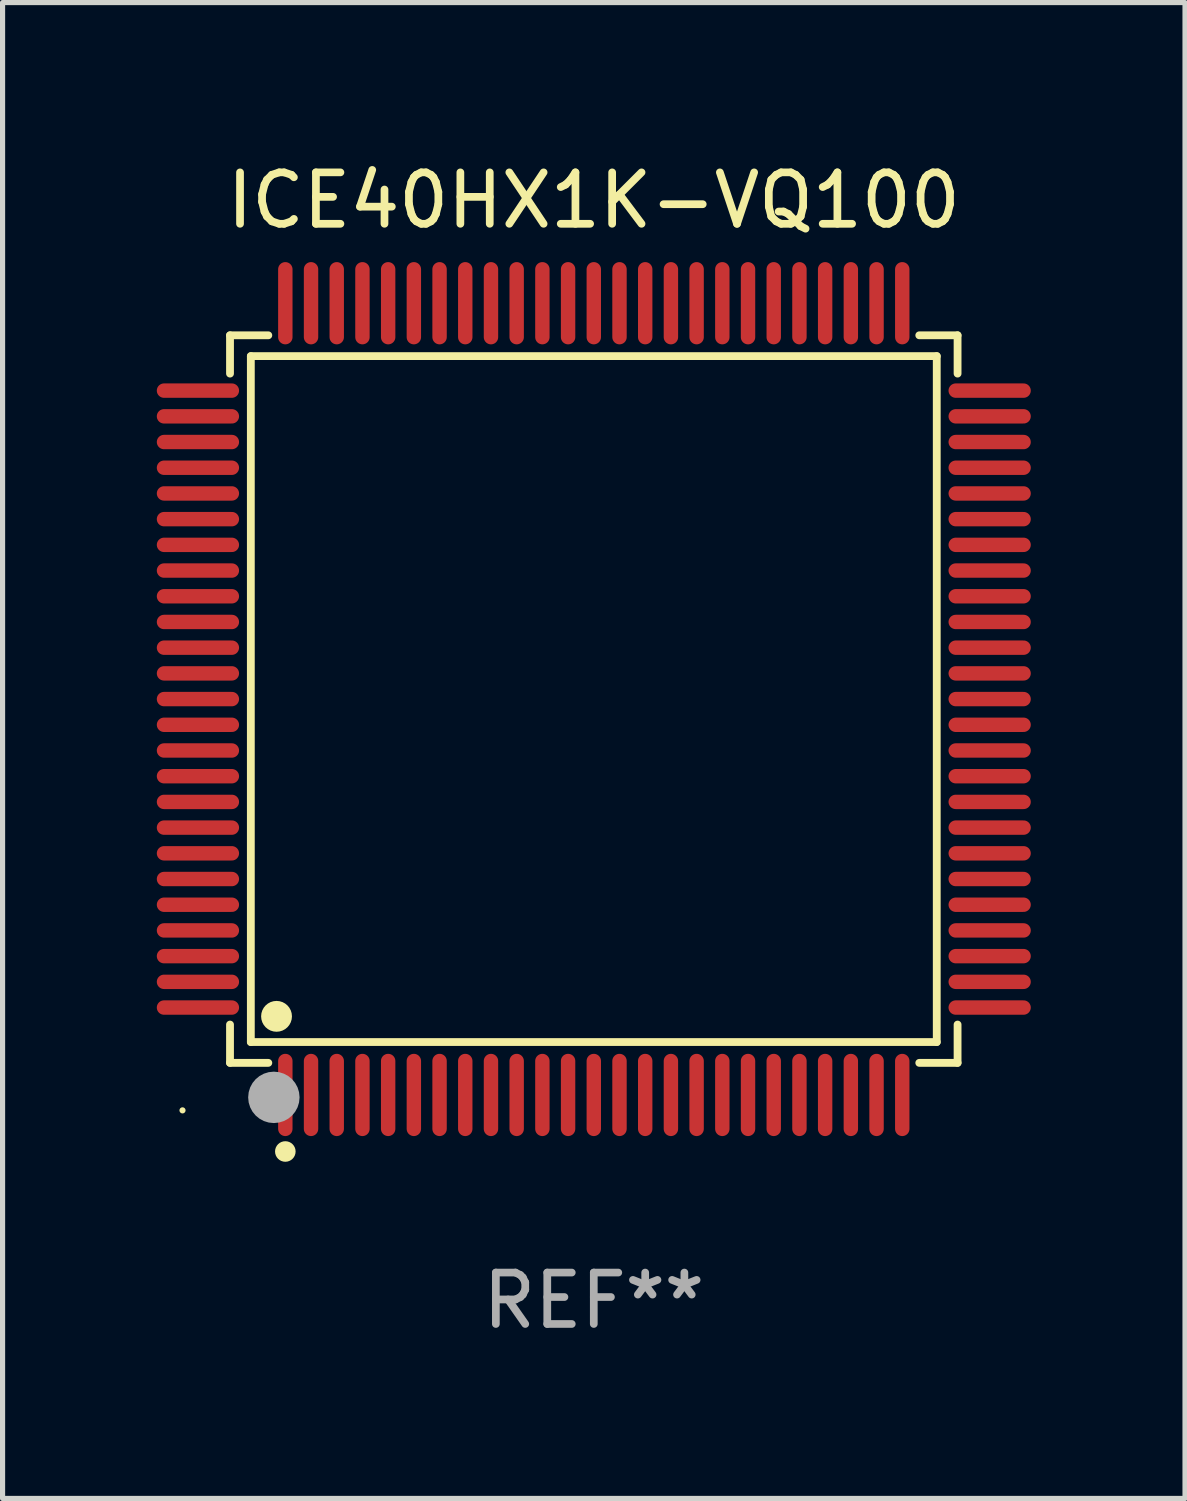
<source format=kicad_pcb>
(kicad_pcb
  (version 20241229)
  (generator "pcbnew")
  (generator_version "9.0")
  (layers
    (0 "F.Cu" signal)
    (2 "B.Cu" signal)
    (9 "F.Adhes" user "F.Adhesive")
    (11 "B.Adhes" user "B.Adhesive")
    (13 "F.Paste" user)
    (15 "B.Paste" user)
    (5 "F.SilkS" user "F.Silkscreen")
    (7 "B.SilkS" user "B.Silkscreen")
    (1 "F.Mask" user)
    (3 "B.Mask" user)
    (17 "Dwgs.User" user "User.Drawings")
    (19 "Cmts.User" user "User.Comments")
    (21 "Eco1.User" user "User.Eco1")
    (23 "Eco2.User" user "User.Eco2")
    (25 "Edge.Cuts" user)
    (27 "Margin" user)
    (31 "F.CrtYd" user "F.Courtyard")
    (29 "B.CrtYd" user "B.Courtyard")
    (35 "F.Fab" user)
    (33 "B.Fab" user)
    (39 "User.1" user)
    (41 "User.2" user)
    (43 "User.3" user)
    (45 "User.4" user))
  (footprint "ICE40HX1K-VQ100"
    (layer "F.Cu")
    (at 8.5 10.548)
    (property "Reference" "ICE40HX1K-VQ100" (at 0 -9.7 0) (layer "F.SilkS") (effects (font (size 1 1) (thickness 0.15))))
    (attr through_hole)
    (fp_line (start -7.076 -7.076) (end -6.331 -7.076) (stroke (width 0.152) (type solid)) (layer "F.SilkS"))
    (fp_line (start -7.076 -6.331) (end -7.076 -7.076) (stroke (width 0.152) (type solid)) (layer "F.SilkS"))
    (fp_line (start -7.076 6.331) (end -7.076 7.076) (stroke (width 0.152) (type solid)) (layer "F.SilkS"))
    (fp_line (start -7.076 7.076) (end -6.331 7.076) (stroke (width 0.152) (type solid)) (layer "F.SilkS"))
    (fp_line (start -6.671 -6.671) (end 6.671 -6.671) (stroke (width 0.152) (type solid)) (layer "F.SilkS"))
    (fp_line (start -6.671 6.671) (end -6.671 -6.671) (stroke (width 0.152) (type solid)) (layer "F.SilkS"))
    (fp_line (start 6.671 -6.671) (end 6.671 6.671) (stroke (width 0.152) (type solid)) (layer "F.SilkS"))
    (fp_line (start 6.671 6.671) (end -6.671 6.671) (stroke (width 0.152) (type solid)) (layer "F.SilkS"))
    (fp_line (start 7.076 -7.076) (end 6.331 -7.076) (stroke (width 0.152) (type solid)) (layer "F.SilkS"))
    (fp_line (start 7.076 -6.331) (end 7.076 -7.076) (stroke (width 0.152) (type solid)) (layer "F.SilkS"))
    (fp_line (start 7.076 6.331) (end 7.076 7.076) (stroke (width 0.152) (type solid)) (layer "F.SilkS"))
    (fp_line (start 7.076 7.076) (end 6.331 7.076) (stroke (width 0.152) (type solid)) (layer "F.SilkS"))
    (fp_circle (center -8 8) (end -7.97 8) (stroke (width 0.06) (type solid)) (fill no) (layer "F.SilkS"))
    (fp_circle (center -6.171 6.171) (end -6.021 6.171) (stroke (width 0.3) (type solid)) (fill no) (layer "F.SilkS"))
    (fp_circle (center -6 8.8) (end -5.9 8.8) (stroke (width 0.2) (type solid)) (fill no) (layer "F.SilkS"))
    (fp_circle (center -6.223 7.747) (end -5.973 7.747) (stroke (width 0.5) (type solid)) (fill no) (layer "F.Fab"))
    (fp_text user "REF**" (at 0 11.7 0) (layer "F.Fab") (effects (font (size 1 1) (thickness 0.15))))
    (pad "1" smd oval (at -6 7.7) (size 0.28 1.6) (layers "F.Cu" "F.Mask" "F.Paste"))
    (pad "2" smd oval (at -5.5 7.7) (size 0.28 1.6) (layers "F.Cu" "F.Mask" "F.Paste"))
    (pad "3" smd oval (at -5 7.7) (size 0.28 1.6) (layers "F.Cu" "F.Mask" "F.Paste"))
    (pad "4" smd oval (at -4.5 7.7) (size 0.28 1.6) (layers "F.Cu" "F.Mask" "F.Paste"))
    (pad "5" smd oval (at -4 7.7) (size 0.28 1.6) (layers "F.Cu" "F.Mask" "F.Paste"))
    (pad "6" smd oval (at -3.5 7.7) (size 0.28 1.6) (layers "F.Cu" "F.Mask" "F.Paste"))
    (pad "7" smd oval (at -3 7.7) (size 0.28 1.6) (layers "F.Cu" "F.Mask" "F.Paste"))
    (pad "8" smd oval (at -2.5 7.7) (size 0.28 1.6) (layers "F.Cu" "F.Mask" "F.Paste"))
    (pad "9" smd oval (at -2 7.7) (size 0.28 1.6) (layers "F.Cu" "F.Mask" "F.Paste"))
    (pad "10" smd oval (at -1.5 7.7) (size 0.28 1.6) (layers "F.Cu" "F.Mask" "F.Paste"))
    (pad "11" smd oval (at -1 7.7) (size 0.28 1.6) (layers "F.Cu" "F.Mask" "F.Paste"))
    (pad "12" smd oval (at -0.5 7.7) (size 0.28 1.6) (layers "F.Cu" "F.Mask" "F.Paste"))
    (pad "13" smd oval (at 0 7.7) (size 0.28 1.6) (layers "F.Cu" "F.Mask" "F.Paste"))
    (pad "14" smd oval (at 0.5 7.7) (size 0.28 1.6) (layers "F.Cu" "F.Mask" "F.Paste"))
    (pad "15" smd oval (at 1 7.7) (size 0.28 1.6) (layers "F.Cu" "F.Mask" "F.Paste"))
    (pad "16" smd oval (at 1.5 7.7) (size 0.28 1.6) (layers "F.Cu" "F.Mask" "F.Paste"))
    (pad "17" smd oval (at 2 7.7) (size 0.28 1.6) (layers "F.Cu" "F.Mask" "F.Paste"))
    (pad "18" smd oval (at 2.5 7.7) (size 0.28 1.6) (layers "F.Cu" "F.Mask" "F.Paste"))
    (pad "19" smd oval (at 3 7.7) (size 0.28 1.6) (layers "F.Cu" "F.Mask" "F.Paste"))
    (pad "20" smd oval (at 3.5 7.7) (size 0.28 1.6) (layers "F.Cu" "F.Mask" "F.Paste"))
    (pad "21" smd oval (at 4 7.7) (size 0.28 1.6) (layers "F.Cu" "F.Mask" "F.Paste"))
    (pad "22" smd oval (at 4.5 7.7) (size 0.28 1.6) (layers "F.Cu" "F.Mask" "F.Paste"))
    (pad "23" smd oval (at 5 7.7) (size 0.28 1.6) (layers "F.Cu" "F.Mask" "F.Paste"))
    (pad "24" smd oval (at 5.5 7.7) (size 0.28 1.6) (layers "F.Cu" "F.Mask" "F.Paste"))
    (pad "25" smd oval (at 6 7.7) (size 0.28 1.6) (layers "F.Cu" "F.Mask" "F.Paste"))
    (pad "26" smd oval (at 7.7 6) (size 1.6 0.28) (layers "F.Cu" "F.Mask" "F.Paste"))
    (pad "27" smd oval (at 7.7 5.5) (size 1.6 0.28) (layers "F.Cu" "F.Mask" "F.Paste"))
    (pad "28" smd oval (at 7.7 5) (size 1.6 0.28) (layers "F.Cu" "F.Mask" "F.Paste"))
    (pad "29" smd oval (at 7.7 4.5) (size 1.6 0.28) (layers "F.Cu" "F.Mask" "F.Paste"))
    (pad "30" smd oval (at 7.7 4) (size 1.6 0.28) (layers "F.Cu" "F.Mask" "F.Paste"))
    (pad "31" smd oval (at 7.7 3.5) (size 1.6 0.28) (layers "F.Cu" "F.Mask" "F.Paste"))
    (pad "32" smd oval (at 7.7 3) (size 1.6 0.28) (layers "F.Cu" "F.Mask" "F.Paste"))
    (pad "33" smd oval (at 7.7 2.5) (size 1.6 0.28) (layers "F.Cu" "F.Mask" "F.Paste"))
    (pad "34" smd oval (at 7.7 2) (size 1.6 0.28) (layers "F.Cu" "F.Mask" "F.Paste"))
    (pad "35" smd oval (at 7.7 1.5) (size 1.6 0.28) (layers "F.Cu" "F.Mask" "F.Paste"))
    (pad "36" smd oval (at 7.7 1) (size 1.6 0.28) (layers "F.Cu" "F.Mask" "F.Paste"))
    (pad "37" smd oval (at 7.7 0.5) (size 1.6 0.28) (layers "F.Cu" "F.Mask" "F.Paste"))
    (pad "38" smd oval (at 7.7 0) (size 1.6 0.28) (layers "F.Cu" "F.Mask" "F.Paste"))
    (pad "39" smd oval (at 7.7 -0.5) (size 1.6 0.28) (layers "F.Cu" "F.Mask" "F.Paste"))
    (pad "40" smd oval (at 7.7 -1) (size 1.6 0.28) (layers "F.Cu" "F.Mask" "F.Paste"))
    (pad "41" smd oval (at 7.7 -1.5) (size 1.6 0.28) (layers "F.Cu" "F.Mask" "F.Paste"))
    (pad "42" smd oval (at 7.7 -2) (size 1.6 0.28) (layers "F.Cu" "F.Mask" "F.Paste"))
    (pad "43" smd oval (at 7.7 -2.5) (size 1.6 0.28) (layers "F.Cu" "F.Mask" "F.Paste"))
    (pad "44" smd oval (at 7.7 -3) (size 1.6 0.28) (layers "F.Cu" "F.Mask" "F.Paste"))
    (pad "45" smd oval (at 7.7 -3.5) (size 1.6 0.28) (layers "F.Cu" "F.Mask" "F.Paste"))
    (pad "46" smd oval (at 7.7 -4) (size 1.6 0.28) (layers "F.Cu" "F.Mask" "F.Paste"))
    (pad "47" smd oval (at 7.7 -4.5) (size 1.6 0.28) (layers "F.Cu" "F.Mask" "F.Paste"))
    (pad "48" smd oval (at 7.7 -5) (size 1.6 0.28) (layers "F.Cu" "F.Mask" "F.Paste"))
    (pad "49" smd oval (at 7.7 -5.5) (size 1.6 0.28) (layers "F.Cu" "F.Mask" "F.Paste"))
    (pad "50" smd oval (at 7.7 -6) (size 1.6 0.28) (layers "F.Cu" "F.Mask" "F.Paste"))
    (pad "51" smd oval (at 6 -7.7) (size 0.28 1.6) (layers "F.Cu" "F.Mask" "F.Paste"))
    (pad "52" smd oval (at 5.5 -7.7) (size 0.28 1.6) (layers "F.Cu" "F.Mask" "F.Paste"))
    (pad "53" smd oval (at 5 -7.7) (size 0.28 1.6) (layers "F.Cu" "F.Mask" "F.Paste"))
    (pad "54" smd oval (at 4.5 -7.7) (size 0.28 1.6) (layers "F.Cu" "F.Mask" "F.Paste"))
    (pad "55" smd oval (at 4 -7.7) (size 0.28 1.6) (layers "F.Cu" "F.Mask" "F.Paste"))
    (pad "56" smd oval (at 3.5 -7.7) (size 0.28 1.6) (layers "F.Cu" "F.Mask" "F.Paste"))
    (pad "57" smd oval (at 3 -7.7) (size 0.28 1.6) (layers "F.Cu" "F.Mask" "F.Paste"))
    (pad "58" smd oval (at 2.5 -7.7) (size 0.28 1.6) (layers "F.Cu" "F.Mask" "F.Paste"))
    (pad "59" smd oval (at 2 -7.7) (size 0.28 1.6) (layers "F.Cu" "F.Mask" "F.Paste"))
    (pad "60" smd oval (at 1.5 -7.7) (size 0.28 1.6) (layers "F.Cu" "F.Mask" "F.Paste"))
    (pad "61" smd oval (at 1 -7.7) (size 0.28 1.6) (layers "F.Cu" "F.Mask" "F.Paste"))
    (pad "62" smd oval (at 0.5 -7.7) (size 0.28 1.6) (layers "F.Cu" "F.Mask" "F.Paste"))
    (pad "63" smd oval (at 0 -7.7) (size 0.28 1.6) (layers "F.Cu" "F.Mask" "F.Paste"))
    (pad "64" smd oval (at -0.5 -7.7) (size 0.28 1.6) (layers "F.Cu" "F.Mask" "F.Paste"))
    (pad "65" smd oval (at -1 -7.7) (size 0.28 1.6) (layers "F.Cu" "F.Mask" "F.Paste"))
    (pad "66" smd oval (at -1.5 -7.7) (size 0.28 1.6) (layers "F.Cu" "F.Mask" "F.Paste"))
    (pad "67" smd oval (at -2 -7.7) (size 0.28 1.6) (layers "F.Cu" "F.Mask" "F.Paste"))
    (pad "68" smd oval (at -2.5 -7.7) (size 0.28 1.6) (layers "F.Cu" "F.Mask" "F.Paste"))
    (pad "69" smd oval (at -3 -7.7) (size 0.28 1.6) (layers "F.Cu" "F.Mask" "F.Paste"))
    (pad "70" smd oval (at -3.5 -7.7) (size 0.28 1.6) (layers "F.Cu" "F.Mask" "F.Paste"))
    (pad "71" smd oval (at -4 -7.7) (size 0.28 1.6) (layers "F.Cu" "F.Mask" "F.Paste"))
    (pad "72" smd oval (at -4.5 -7.7) (size 0.28 1.6) (layers "F.Cu" "F.Mask" "F.Paste"))
    (pad "73" smd oval (at -5 -7.7) (size 0.28 1.6) (layers "F.Cu" "F.Mask" "F.Paste"))
    (pad "74" smd oval (at -5.5 -7.7) (size 0.28 1.6) (layers "F.Cu" "F.Mask" "F.Paste"))
    (pad "75" smd oval (at -6 -7.7) (size 0.28 1.6) (layers "F.Cu" "F.Mask" "F.Paste"))
    (pad "76" smd oval (at -7.7 -6) (size 1.6 0.28) (layers "F.Cu" "F.Mask" "F.Paste"))
    (pad "77" smd oval (at -7.7 -5.5) (size 1.6 0.28) (layers "F.Cu" "F.Mask" "F.Paste"))
    (pad "78" smd oval (at -7.7 -5) (size 1.6 0.28) (layers "F.Cu" "F.Mask" "F.Paste"))
    (pad "79" smd oval (at -7.7 -4.5) (size 1.6 0.28) (layers "F.Cu" "F.Mask" "F.Paste"))
    (pad "80" smd oval (at -7.7 -4) (size 1.6 0.28) (layers "F.Cu" "F.Mask" "F.Paste"))
    (pad "81" smd oval (at -7.7 -3.5) (size 1.6 0.28) (layers "F.Cu" "F.Mask" "F.Paste"))
    (pad "82" smd oval (at -7.7 -3) (size 1.6 0.28) (layers "F.Cu" "F.Mask" "F.Paste"))
    (pad "83" smd oval (at -7.7 -2.5) (size 1.6 0.28) (layers "F.Cu" "F.Mask" "F.Paste"))
    (pad "84" smd oval (at -7.7 -2) (size 1.6 0.28) (layers "F.Cu" "F.Mask" "F.Paste"))
    (pad "85" smd oval (at -7.7 -1.5) (size 1.6 0.28) (layers "F.Cu" "F.Mask" "F.Paste"))
    (pad "86" smd oval (at -7.7 -1) (size 1.6 0.28) (layers "F.Cu" "F.Mask" "F.Paste"))
    (pad "87" smd oval (at -7.7 -0.5) (size 1.6 0.28) (layers "F.Cu" "F.Mask" "F.Paste"))
    (pad "88" smd oval (at -7.7 0) (size 1.6 0.28) (layers "F.Cu" "F.Mask" "F.Paste"))
    (pad "89" smd oval (at -7.7 0.5) (size 1.6 0.28) (layers "F.Cu" "F.Mask" "F.Paste"))
    (pad "90" smd oval (at -7.7 1) (size 1.6 0.28) (layers "F.Cu" "F.Mask" "F.Paste"))
    (pad "91" smd oval (at -7.7 1.5) (size 1.6 0.28) (layers "F.Cu" "F.Mask" "F.Paste"))
    (pad "92" smd oval (at -7.7 2) (size 1.6 0.28) (layers "F.Cu" "F.Mask" "F.Paste"))
    (pad "93" smd oval (at -7.7 2.5) (size 1.6 0.28) (layers "F.Cu" "F.Mask" "F.Paste"))
    (pad "94" smd oval (at -7.7 3) (size 1.6 0.28) (layers "F.Cu" "F.Mask" "F.Paste"))
    (pad "95" smd oval (at -7.7 3.5) (size 1.6 0.28) (layers "F.Cu" "F.Mask" "F.Paste"))
    (pad "96" smd oval (at -7.7 4) (size 1.6 0.28) (layers "F.Cu" "F.Mask" "F.Paste"))
    (pad "97" smd oval (at -7.7 4.5) (size 1.6 0.28) (layers "F.Cu" "F.Mask" "F.Paste"))
    (pad "98" smd oval (at -7.7 5) (size 1.6 0.28) (layers "F.Cu" "F.Mask" "F.Paste"))
    (pad "99" smd oval (at -7.7 5.5) (size 1.6 0.28) (layers "F.Cu" "F.Mask" "F.Paste"))
    (pad "100" smd oval (at -7.7 6) (size 1.6 0.28) (layers "F.Cu" "F.Mask" "F.Paste")))
  (gr_rect
    (start -3 -3)
    (end 20 26.097)
    (stroke (width 0.1) (type default))
    (fill no)
    (layer "Edge.Cuts")))
</source>
